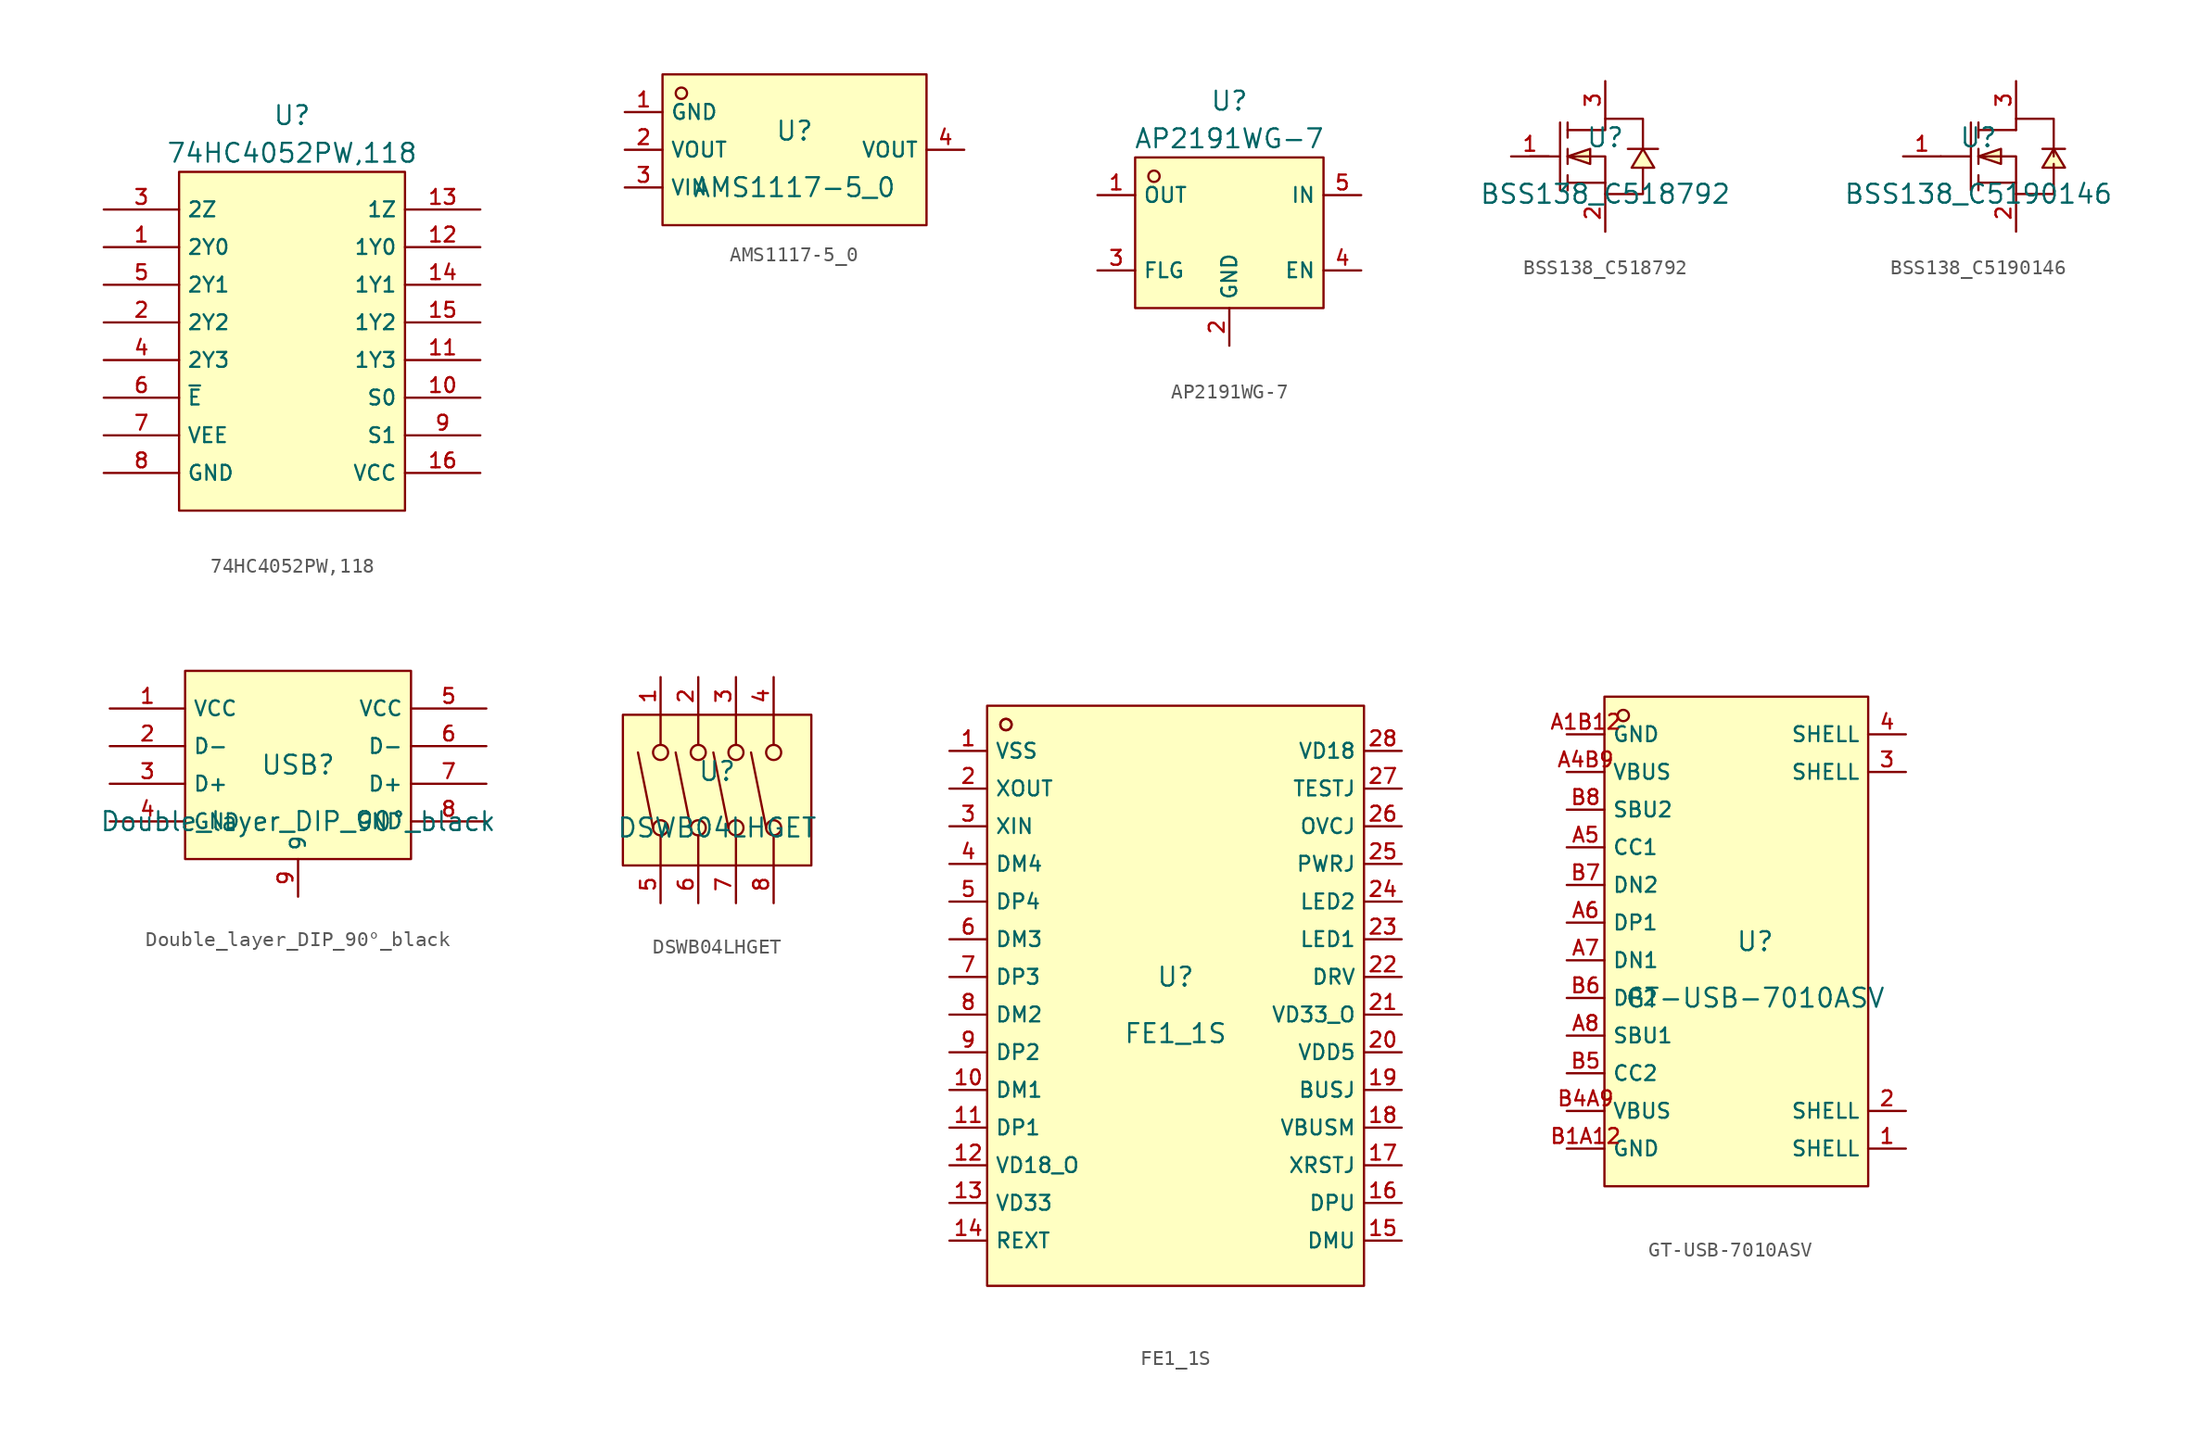
<source format=kicad_sym>
(kicad_symbol_lib
  (version 20220914)
  (generator kicad_symbol_editor)
  (symbol "74HC4052PW,118"
    (property "Reference" "U"
      (at 0 15.24 0)
      (effects (font (size 1.27 1.27))))
    (property "Value" "74HC4052PW,118"
      (at 0 12.7 0)
      (effects (font (size 1.27 1.27))))
    (symbol "74HC4052PW,118_0_1"
      (rectangle (start -7.62 11.43) (end 7.62 -11.43) (stroke (width 0) (type default)) (fill (type background))))
    (symbol "74HC4052PW,118_1_1"
      (pin bidirectional line (at -12.7 6.35 0) (length 5.08) (name "2Y0" (effects (font (size 1 1)))) (number "1" (effects (font (size 1 1)))))
      (pin input line (at 12.7 -3.81 180) (length 5.08) (name "S0" (effects (font (size 1 1)))) (number "10" (effects (font (size 1 1)))))
      (pin bidirectional line (at 12.7 -1.27 180) (length 5.08) (name "1Y3" (effects (font (size 1 1)))) (number "11" (effects (font (size 1 1)))))
      (pin bidirectional line (at 12.7 6.35 180) (length 5.08) (name "1Y0" (effects (font (size 1 1)))) (number "12" (effects (font (size 1 1)))))
      (pin bidirectional line (at 12.7 8.89 180) (length 5.08) (name "1Z" (effects (font (size 1 1)))) (number "13" (effects (font (size 1 1)))))
      (pin bidirectional line (at 12.7 3.81 180) (length 5.08) (name "1Y1" (effects (font (size 1 1)))) (number "14" (effects (font (size 1 1)))))
      (pin bidirectional line (at 12.7 1.27 180) (length 5.08) (name "1Y2" (effects (font (size 1 1)))) (number "15" (effects (font (size 1 1)))))
      (pin power_in line (at 12.7 -8.89 180) (length 5.08) (name "VCC" (effects (font (size 1 1)))) (number "16" (effects (font (size 1 1)))))
      (pin bidirectional line (at -12.7 1.27 0) (length 5.08) (name "2Y2" (effects (font (size 1 1)))) (number "2" (effects (font (size 1 1)))))
      (pin bidirectional line (at -12.7 8.89 0) (length 5.08) (name "2Z" (effects (font (size 1 1)))) (number "3" (effects (font (size 1 1)))))
      (pin bidirectional line (at -12.7 -1.27 0) (length 5.08) (name "2Y3" (effects (font (size 1 1)))) (number "4" (effects (font (size 1 1)))))
      (pin bidirectional line (at -12.7 3.81 0) (length 5.08) (name "2Y1" (effects (font (size 1 1)))) (number "5" (effects (font (size 1 1)))))
      (pin input line (at -12.7 -3.81 0) (length 5.08) (name "~{E}" (effects (font (size 1 1)))) (number "6" (effects (font (size 1 1)))))
      (pin power_in line (at -12.7 -6.35 0) (length 5.08) (name "VEE" (effects (font (size 1 1)))) (number "7" (effects (font (size 1 1)))))
      (pin power_in line (at -12.7 -8.89 0) (length 5.08) (name "GND" (effects (font (size 1 1)))) (number "8" (effects (font (size 1 1)))))
      (pin input line (at 12.7 -6.35 180) (length 5.08) (name "S1" (effects (font (size 1 1)))) (number "9" (effects (font (size 1 1)))))))
  (symbol "AMS1117-5_0"
    (property "Reference" "U"
      (at 0 1.27 0)
      (effects (font (size 1.27 1.27))))
    (property "Value" "AMS1117-5_0"
      (at 0 -2.54 0)
      (effects (font (size 1.27 1.27))))
    (symbol "AMS1117-5_0_0_1"
      (rectangle (start -8.89 5.08) (end 8.89 -5.08) (stroke (width 0) (type default)) (fill (type background)))
      (circle (center -7.62 3.81) (radius 0.381) (stroke (width 0) (type default)) (fill (type background)))
      (pin unspecified line (at -11.43 2.54 0) (length 2.54) (name "GND" (effects (font (size 1 1)))) (number "1" (effects (font (size 1 1)))))
      (pin unspecified line (at -11.43 0 0) (length 2.54) (name "VOUT" (effects (font (size 1 1)))) (number "2" (effects (font (size 1 1)))))
      (pin unspecified line (at -11.43 -2.54 0) (length 2.54) (name "VIN" (effects (font (size 1 1)))) (number "3" (effects (font (size 1 1)))))
      (pin unspecified line (at 11.43 0 180) (length 2.54) (name "VOUT" (effects (font (size 1 1)))) (number "4" (effects (font (size 1 1)))))))
  (symbol "AP2191WG-7"
    (property "Reference" "U"
      (at 0 8.89 0)
      (effects (font (size 1.27 1.27))))
    (property "Value" "AP2191WG-7"
      (at 0 6.35 0)
      (effects (font (size 1.27 1.27))))
    (symbol "AP2191WG-7_0_1"
      (rectangle (start -6.35 5.08) (end 6.35 -5.08) (stroke (width 0) (type default)) (fill (type background)))
      (circle (center -5.08 3.81) (radius 0.381) (stroke (width 0) (type default)) (fill (type background)))
      (pin unspecified line (at -8.89 2.54 0) (length 2.54) (name "OUT" (effects (font (size 1 1)))) (number "1" (effects (font (size 1 1)))))
      (pin unspecified line (at 0 -7.62 90) (length 2.54) (name "GND" (effects (font (size 1 1)))) (number "2" (effects (font (size 1 1)))))
      (pin unspecified line (at -8.89 -2.54 0) (length 2.54) (name "FLG" (effects (font (size 1 1)))) (number "3" (effects (font (size 1 1)))))
      (pin unspecified line (at 8.89 -2.54 180) (length 2.54) (name "EN" (effects (font (size 1 1)))) (number "4" (effects (font (size 1 1)))))
      (pin unspecified line (at 8.89 2.54 180) (length 2.54) (name "IN" (effects (font (size 1 1)))) (number "5" (effects (font (size 1 1)))))))
  (symbol "BSS138_C518792"
    (pin_names hide)
    (property "Reference" "U"
      (at 0 1.27 0)
      (effects (font (size 1.27 1.27))))
    (property "Value" "BSS138_C518792"
      (at 0 -2.54 0)
      (effects (font (size 1.27 1.27))))
    (symbol "BSS138_C518792_0_1"
      (polyline (pts (xy -5.08 0) (xy -3.048 0)) (stroke (width 0) (type default)) (fill (type none)))
      (polyline (pts (xy -3.048 2.286) (xy -3.048 -2.286)) (stroke (width 0) (type default)) (fill (type none)))
      (polyline (pts (xy -2.54 -2.286) (xy -2.54 -1.27)) (stroke (width 0) (type default)) (fill (type none)))
      (polyline (pts (xy -2.54 -0.508) (xy -2.54 0.508)) (stroke (width 0) (type default)) (fill (type none)))
      (polyline (pts (xy -2.54 2.286) (xy -2.54 1.27)) (stroke (width 0) (type default)) (fill (type none)))
      (polyline (pts (xy 0 -1.778) (xy -2.54 -1.778)) (stroke (width 0) (type default)) (fill (type none)))
      (polyline (pts (xy -2.54 0) (xy -1.016 -0.508) (xy -1.016 0.508) (xy -2.54 0)) (stroke (width 0) (type default)) (fill (type background)))
      (polyline (pts (xy 2.54 0.508) (xy 1.778 -0.762) (xy 3.302 -0.762) (xy 2.54 0.508)) (stroke (width 0) (type default)) (fill (type background)))
      (polyline (pts (xy 3.556 0.508) (xy 3.048 0.508) (xy 2.032 0.508) (xy 1.524 0.508)) (stroke (width 0) (type default)) (fill (type none)))
      (polyline (pts (xy -2.54 0) (xy 0 0) (xy 0 -2.54) (xy 2.54 -2.54) (xy 2.54 -0.762)) (stroke (width 0) (type default)) (fill (type none)))
      (polyline (pts (xy -2.54 1.778) (xy 0 1.778) (xy 0 2.54) (xy 2.54 2.54) (xy 2.54 0.508)) (stroke (width 0) (type default)) (fill (type none)))
      (pin unspecified line (at -6.35 0 0) (length 2.54) (name "G" (effects (font (size 1 1)))) (number "1" (effects (font (size 1 1)))))
      (pin unspecified line (at 0 -5.08 90) (length 2.54) (name "S" (effects (font (size 1 1)))) (number "2" (effects (font (size 1 1)))))
      (pin unspecified line (at 0 5.08 270) (length 2.54) (name "D" (effects (font (size 1 1)))) (number "3" (effects (font (size 1 1)))))))
  (symbol "BSS138_C5190146"
    (pin_names hide)
    (property "Reference" "U"
      (at 0 1.27 0)
      (effects (font (size 1.27 1.27))))
    (property "Value" "BSS138_C5190146"
      (at 0 -2.54 0)
      (effects (font (size 1.27 1.27))))
    (symbol "BSS138_C5190146_0_1"
      (polyline (pts (xy -2.54 0) (xy -0.508 0)) (stroke (width 0) (type default)) (fill (type none)))
      (polyline (pts (xy -0.508 2.286) (xy -0.508 -2.286)) (stroke (width 0) (type default)) (fill (type none)))
      (polyline (pts (xy 0 -2.286) (xy 0 -1.27)) (stroke (width 0) (type default)) (fill (type none)))
      (polyline (pts (xy 0 -0.508) (xy 0 0.508)) (stroke (width 0) (type default)) (fill (type none)))
      (polyline (pts (xy 0 1.27) (xy 0 2.286)) (stroke (width 0) (type default)) (fill (type none)))
      (polyline (pts (xy 2.54 -1.778) (xy 0 -1.778)) (stroke (width 0) (type default)) (fill (type none)))
      (polyline (pts (xy 2.54 1.778) (xy 0 1.778)) (stroke (width 0) (type default)) (fill (type none)))
      (polyline (pts (xy 0 0) (xy 2.54 0) (xy 2.54 -2.54)) (stroke (width 0) (type default)) (fill (type none)))
      (polyline (pts (xy 2.54 -2.54) (xy 5.08 -2.54) (xy 5.08 -0.508)) (stroke (width 0) (type default)) (fill (type none)))
      (polyline (pts (xy 0 0) (xy 1.524 -0.508) (xy 1.524 0.508) (xy 0 0)) (stroke (width 0) (type default)) (fill (type background)))
      (polyline (pts (xy 2.54 1.778) (xy 2.54 2.54) (xy 5.08 2.54) (xy 5.08 0)) (stroke (width 0) (type default)) (fill (type none)))
      (polyline (pts (xy 4.318 0.508) (xy 4.572 0.508) (xy 5.588 0.508) (xy 5.842 0.508)) (stroke (width 0) (type default)) (fill (type none)))
      (polyline (pts (xy 5.08 0.508) (xy 4.318 -0.762) (xy 5.842 -0.762) (xy 5.08 0.508)) (stroke (width 0) (type default)) (fill (type background)))
      (pin unspecified line (at -5.08 0 0) (length 2.54) (name "G" (effects (font (size 1 1)))) (number "1" (effects (font (size 1 1)))))
      (pin unspecified line (at 2.54 -5.08 90) (length 2.54) (name "S" (effects (font (size 1 1)))) (number "2" (effects (font (size 1 1)))))
      (pin unspecified line (at 2.54 5.08 270) (length 2.54) (name "D" (effects (font (size 1 1)))) (number "3" (effects (font (size 1 1)))))))
  (symbol "Double_layer_DIP_90°_black"
    (property "Reference" "USB"
      (at 0 1.27 0)
      (effects (font (size 1.27 1.27))))
    (property "Value" "Double_layer_DIP_90°_black"
      (at 0 -2.54 0)
      (effects (font (size 1.27 1.27))))
    (symbol "Double_layer_DIP_90°_black_0_1"
      (rectangle (start -7.62 7.62) (end 7.62 -5.08) (stroke (width 0) (type default)) (fill (type background)))
      (pin unspecified line (at -12.7 5.08 0) (length 5.08) (name "VCC" (effects (font (size 1 1)))) (number "1" (effects (font (size 1 1)))))
      (pin unspecified line (at -12.7 2.54 0) (length 5.08) (name "D-" (effects (font (size 1 1)))) (number "2" (effects (font (size 1 1)))))
      (pin unspecified line (at -12.7 0 0) (length 5.08) (name "D+" (effects (font (size 1 1)))) (number "3" (effects (font (size 1 1)))))
      (pin unspecified line (at -12.7 -2.54 0) (length 5.08) (name "GND" (effects (font (size 1 1)))) (number "4" (effects (font (size 1 1)))))
      (pin unspecified line (at 12.7 5.08 180) (length 5.08) (name "VCC" (effects (font (size 1 1)))) (number "5" (effects (font (size 1 1)))))
      (pin unspecified line (at 12.7 2.54 180) (length 5.08) (name "D-" (effects (font (size 1 1)))) (number "6" (effects (font (size 1 1)))))
      (pin unspecified line (at 12.7 0 180) (length 5.08) (name "D+" (effects (font (size 1 1)))) (number "7" (effects (font (size 1 1)))))
      (pin unspecified line (at 12.7 -2.54 180) (length 5.08) (name "GND" (effects (font (size 1 1)))) (number "8" (effects (font (size 1 1)))))
      (pin unspecified line (at 0 -7.62 90) (length 2.54) (name "9" (effects (font (size 1 1)))) (number "9" (effects (font (size 1 1)))))))
  (symbol "DSWB04LHGET"
    (pin_names hide)
    (property "Reference" "U"
      (at 0 1.27 0)
      (effects (font (size 1.27 1.27))))
    (property "Value" "DSWB04LHGET"
      (at 0 -2.54 0)
      (effects (font (size 1.27 1.27))))
    (symbol "DSWB04LHGET_0_1"
      (rectangle (start -6.35 5.08) (end 6.35 -5.08) (stroke (width 0) (type default)) (fill (type background)))
      (circle (center -3.81 -2.54) (radius 0.508) (stroke (width 0) (type default)) (fill (type background)))
      (circle (center -3.81 2.54) (radius 0.508) (stroke (width 0) (type default)) (fill (type background)))
      (circle (center -1.27 -2.54) (radius 0.508) (stroke (width 0) (type default)) (fill (type background)))
      (circle (center -1.27 2.54) (radius 0.508) (stroke (width 0) (type default)) (fill (type background)))
      (polyline (pts (xy -4.318 -2.54) (xy -5.334 2.54)) (stroke (width 0) (type default)) (fill (type none)))
      (polyline (pts (xy -3.81 -3.048) (xy -3.81 -5.08)) (stroke (width 0) (type default)) (fill (type none)))
      (polyline (pts (xy -3.81 3.048) (xy -3.81 5.08)) (stroke (width 0) (type default)) (fill (type none)))
      (polyline (pts (xy -1.778 -2.54) (xy -2.794 2.54)) (stroke (width 0) (type default)) (fill (type none)))
      (polyline (pts (xy -1.27 -3.048) (xy -1.27 -5.08)) (stroke (width 0) (type default)) (fill (type none)))
      (polyline (pts (xy -1.27 3.048) (xy -1.27 5.08)) (stroke (width 0) (type default)) (fill (type none)))
      (polyline (pts (xy 0.762 -2.54) (xy -0.254 2.54)) (stroke (width 0) (type default)) (fill (type none)))
      (polyline (pts (xy 1.27 -3.048) (xy 1.27 -5.08)) (stroke (width 0) (type default)) (fill (type none)))
      (polyline (pts (xy 1.27 3.048) (xy 1.27 5.08)) (stroke (width 0) (type default)) (fill (type none)))
      (polyline (pts (xy 3.302 -2.54) (xy 2.286 2.54)) (stroke (width 0) (type default)) (fill (type none)))
      (polyline (pts (xy 3.81 -3.048) (xy 3.81 -5.08)) (stroke (width 0) (type default)) (fill (type none)))
      (polyline (pts (xy 3.81 3.048) (xy 3.81 5.08)) (stroke (width 0) (type default)) (fill (type none)))
      (circle (center 1.27 -2.54) (radius 0.508) (stroke (width 0) (type default)) (fill (type background)))
      (circle (center 1.27 2.54) (radius 0.508) (stroke (width 0) (type default)) (fill (type background)))
      (circle (center 3.81 -2.54) (radius 0.508) (stroke (width 0) (type default)) (fill (type background)))
      (circle (center 3.81 2.54) (radius 0.508) (stroke (width 0) (type default)) (fill (type background)))
      (pin unspecified line (at -3.81 7.62 270) (length 2.54) (name "1" (effects (font (size 1 1)))) (number "1" (effects (font (size 1 1)))))
      (pin unspecified line (at -1.27 7.62 270) (length 2.54) (name "2" (effects (font (size 1 1)))) (number "2" (effects (font (size 1 1)))))
      (pin unspecified line (at 1.27 7.62 270) (length 2.54) (name "3" (effects (font (size 1 1)))) (number "3" (effects (font (size 1 1)))))
      (pin unspecified line (at 3.81 7.62 270) (length 2.54) (name "4" (effects (font (size 1 1)))) (number "4" (effects (font (size 1 1)))))
      (pin unspecified line (at -3.81 -7.62 90) (length 2.54) (name "5" (effects (font (size 1 1)))) (number "5" (effects (font (size 1 1)))))
      (pin unspecified line (at -1.27 -7.62 90) (length 2.54) (name "6" (effects (font (size 1 1)))) (number "6" (effects (font (size 1 1)))))
      (pin unspecified line (at 1.27 -7.62 90) (length 2.54) (name "7" (effects (font (size 1 1)))) (number "7" (effects (font (size 1 1)))))
      (pin unspecified line (at 3.81 -7.62 90) (length 2.54) (name "8" (effects (font (size 1 1)))) (number "8" (effects (font (size 1 1)))))))
  (symbol "FE1_1S"
    (property "Reference" "U"
      (at 0 1.27 0)
      (effects (font (size 1.27 1.27))))
    (property "Value" "FE1_1S"
      (at 0 -2.54 0)
      (effects (font (size 1.27 1.27))))
    (symbol "FE1_1S_0_1"
      (rectangle (start -12.7 19.558) (end 12.7 -19.558) (stroke (width 0) (type default)) (fill (type background)))
      (circle (center -11.43 18.288) (radius 0.381) (stroke (width 0) (type default)) (fill (type background)))
      (circle (center -11.43 18.288) (radius 0.381) (stroke (width 0) (type default)) (fill (type background)))
      (pin unspecified line (at -15.24 16.51 0) (length 2.54) (name "VSS" (effects (font (size 1 1)))) (number "1" (effects (font (size 1 1)))))
      (pin unspecified line (at -15.24 -6.35 0) (length 2.54) (name "DM1" (effects (font (size 1 1)))) (number "10" (effects (font (size 1 1)))))
      (pin unspecified line (at -15.24 -8.89 0) (length 2.54) (name "DP1" (effects (font (size 1 1)))) (number "11" (effects (font (size 1 1)))))
      (pin unspecified line (at -15.24 -11.43 0) (length 2.54) (name "VD18_O" (effects (font (size 1 1)))) (number "12" (effects (font (size 1 1)))))
      (pin unspecified line (at -15.24 -13.97 0) (length 2.54) (name "VD33" (effects (font (size 1 1)))) (number "13" (effects (font (size 1 1)))))
      (pin unspecified line (at -15.24 -16.51 0) (length 2.54) (name "REXT" (effects (font (size 1 1)))) (number "14" (effects (font (size 1 1)))))
      (pin unspecified line (at 15.24 -16.51 180) (length 2.54) (name "DMU" (effects (font (size 1 1)))) (number "15" (effects (font (size 1 1)))))
      (pin unspecified line (at 15.24 -13.97 180) (length 2.54) (name "DPU" (effects (font (size 1 1)))) (number "16" (effects (font (size 1 1)))))
      (pin unspecified line (at 15.24 -11.43 180) (length 2.54) (name "XRSTJ" (effects (font (size 1 1)))) (number "17" (effects (font (size 1 1)))))
      (pin unspecified line (at 15.24 -8.89 180) (length 2.54) (name "VBUSM" (effects (font (size 1 1)))) (number "18" (effects (font (size 1 1)))))
      (pin unspecified line (at 15.24 -6.35 180) (length 2.54) (name "BUSJ" (effects (font (size 1 1)))) (number "19" (effects (font (size 1 1)))))
      (pin unspecified line (at -15.24 13.97 0) (length 2.54) (name "XOUT" (effects (font (size 1 1)))) (number "2" (effects (font (size 1 1)))))
      (pin unspecified line (at 15.24 -3.81 180) (length 2.54) (name "VDD5" (effects (font (size 1 1)))) (number "20" (effects (font (size 1 1)))))
      (pin unspecified line (at 15.24 -1.27 180) (length 2.54) (name "VD33_O" (effects (font (size 1 1)))) (number "21" (effects (font (size 1 1)))))
      (pin unspecified line (at 15.24 1.27 180) (length 2.54) (name "DRV" (effects (font (size 1 1)))) (number "22" (effects (font (size 1 1)))))
      (pin unspecified line (at 15.24 3.81 180) (length 2.54) (name "LED1" (effects (font (size 1 1)))) (number "23" (effects (font (size 1 1)))))
      (pin unspecified line (at 15.24 6.35 180) (length 2.54) (name "LED2" (effects (font (size 1 1)))) (number "24" (effects (font (size 1 1)))))
      (pin unspecified line (at 15.24 8.89 180) (length 2.54) (name "PWRJ" (effects (font (size 1 1)))) (number "25" (effects (font (size 1 1)))))
      (pin unspecified line (at 15.24 11.43 180) (length 2.54) (name "OVCJ" (effects (font (size 1 1)))) (number "26" (effects (font (size 1 1)))))
      (pin unspecified line (at 15.24 13.97 180) (length 2.54) (name "TESTJ" (effects (font (size 1 1)))) (number "27" (effects (font (size 1 1)))))
      (pin unspecified line (at 15.24 16.51 180) (length 2.54) (name "VD18" (effects (font (size 1 1)))) (number "28" (effects (font (size 1 1)))))
      (pin unspecified line (at -15.24 11.43 0) (length 2.54) (name "XIN" (effects (font (size 1 1)))) (number "3" (effects (font (size 1 1)))))
      (pin unspecified line (at -15.24 8.89 0) (length 2.54) (name "DM4" (effects (font (size 1 1)))) (number "4" (effects (font (size 1 1)))))
      (pin unspecified line (at -15.24 6.35 0) (length 2.54) (name "DP4" (effects (font (size 1 1)))) (number "5" (effects (font (size 1 1)))))
      (pin unspecified line (at -15.24 3.81 0) (length 2.54) (name "DM3" (effects (font (size 1 1)))) (number "6" (effects (font (size 1 1)))))
      (pin unspecified line (at -15.24 1.27 0) (length 2.54) (name "DP3" (effects (font (size 1 1)))) (number "7" (effects (font (size 1 1)))))
      (pin unspecified line (at -15.24 -1.27 0) (length 2.54) (name "DM2" (effects (font (size 1 1)))) (number "8" (effects (font (size 1 1)))))
      (pin unspecified line (at -15.24 -3.81 0) (length 2.54) (name "DP2" (effects (font (size 1 1)))) (number "9" (effects (font (size 1 1)))))))
  (symbol "GT-USB-7010ASV"
    (property "Reference" "U"
      (at 0 1.27 0)
      (effects (font (size 1.27 1.27))))
    (property "Value" "GT-USB-7010ASV"
      (at 0 -2.54 0)
      (effects (font (size 1.27 1.27))))
    (symbol "GT-USB-7010ASV_0_1"
      (rectangle (start -10.16 17.78) (end 7.62 -15.24) (stroke (width 0) (type default)) (fill (type background)))
      (circle (center -8.89 16.51) (radius 0.381) (stroke (width 0) (type default)) (fill (type background)))
      (pin unspecified line (at 10.16 -12.7 180) (length 2.54) (name "SHELL" (effects (font (size 1 1)))) (number "1" (effects (font (size 1 1)))))
      (pin unspecified line (at 10.16 -10.16 180) (length 2.54) (name "SHELL" (effects (font (size 1 1)))) (number "2" (effects (font (size 1 1)))))
      (pin unspecified line (at 10.16 12.7 180) (length 2.54) (name "SHELL" (effects (font (size 1 1)))) (number "3" (effects (font (size 1 1)))))
      (pin unspecified line (at 10.16 15.24 180) (length 2.54) (name "SHELL" (effects (font (size 1 1)))) (number "4" (effects (font (size 1 1)))))
      (pin unspecified line (at -12.7 15.24 0) (length 2.54) (name "GND" (effects (font (size 1 1)))) (number "A1B12" (effects (font (size 1 1)))))
      (pin unspecified line (at -12.7 12.7 0) (length 2.54) (name "VBUS" (effects (font (size 1 1)))) (number "A4B9" (effects (font (size 1 1)))))
      (pin unspecified line (at -12.7 7.62 0) (length 2.54) (name "CC1" (effects (font (size 1 1)))) (number "A5" (effects (font (size 1 1)))))
      (pin unspecified line (at -12.7 2.54 0) (length 2.54) (name "DP1" (effects (font (size 1 1)))) (number "A6" (effects (font (size 1 1)))))
      (pin unspecified line (at -12.7 0 0) (length 2.54) (name "DN1" (effects (font (size 1 1)))) (number "A7" (effects (font (size 1 1)))))
      (pin unspecified line (at -12.7 -5.08 0) (length 2.54) (name "SBU1" (effects (font (size 1 1)))) (number "A8" (effects (font (size 1 1)))))
      (pin unspecified line (at -12.7 -12.7 0) (length 2.54) (name "GND" (effects (font (size 1 1)))) (number "B1A12" (effects (font (size 1 1)))))
      (pin unspecified line (at -12.7 -10.16 0) (length 2.54) (name "VBUS" (effects (font (size 1 1)))) (number "B4A9" (effects (font (size 1 1)))))
      (pin unspecified line (at -12.7 -7.62 0) (length 2.54) (name "CC2" (effects (font (size 1 1)))) (number "B5" (effects (font (size 1 1)))))
      (pin unspecified line (at -12.7 -2.54 0) (length 2.54) (name "DP2" (effects (font (size 1 1)))) (number "B6" (effects (font (size 1 1)))))
      (pin unspecified line (at -12.7 5.08 0) (length 2.54) (name "DN2" (effects (font (size 1 1)))) (number "B7" (effects (font (size 1 1)))))
      (pin unspecified line (at -12.7 10.16 0) (length 2.54) (name "SBU2" (effects (font (size 1 1)))) (number "B8" (effects (font (size 1 1))))))))
</source>
